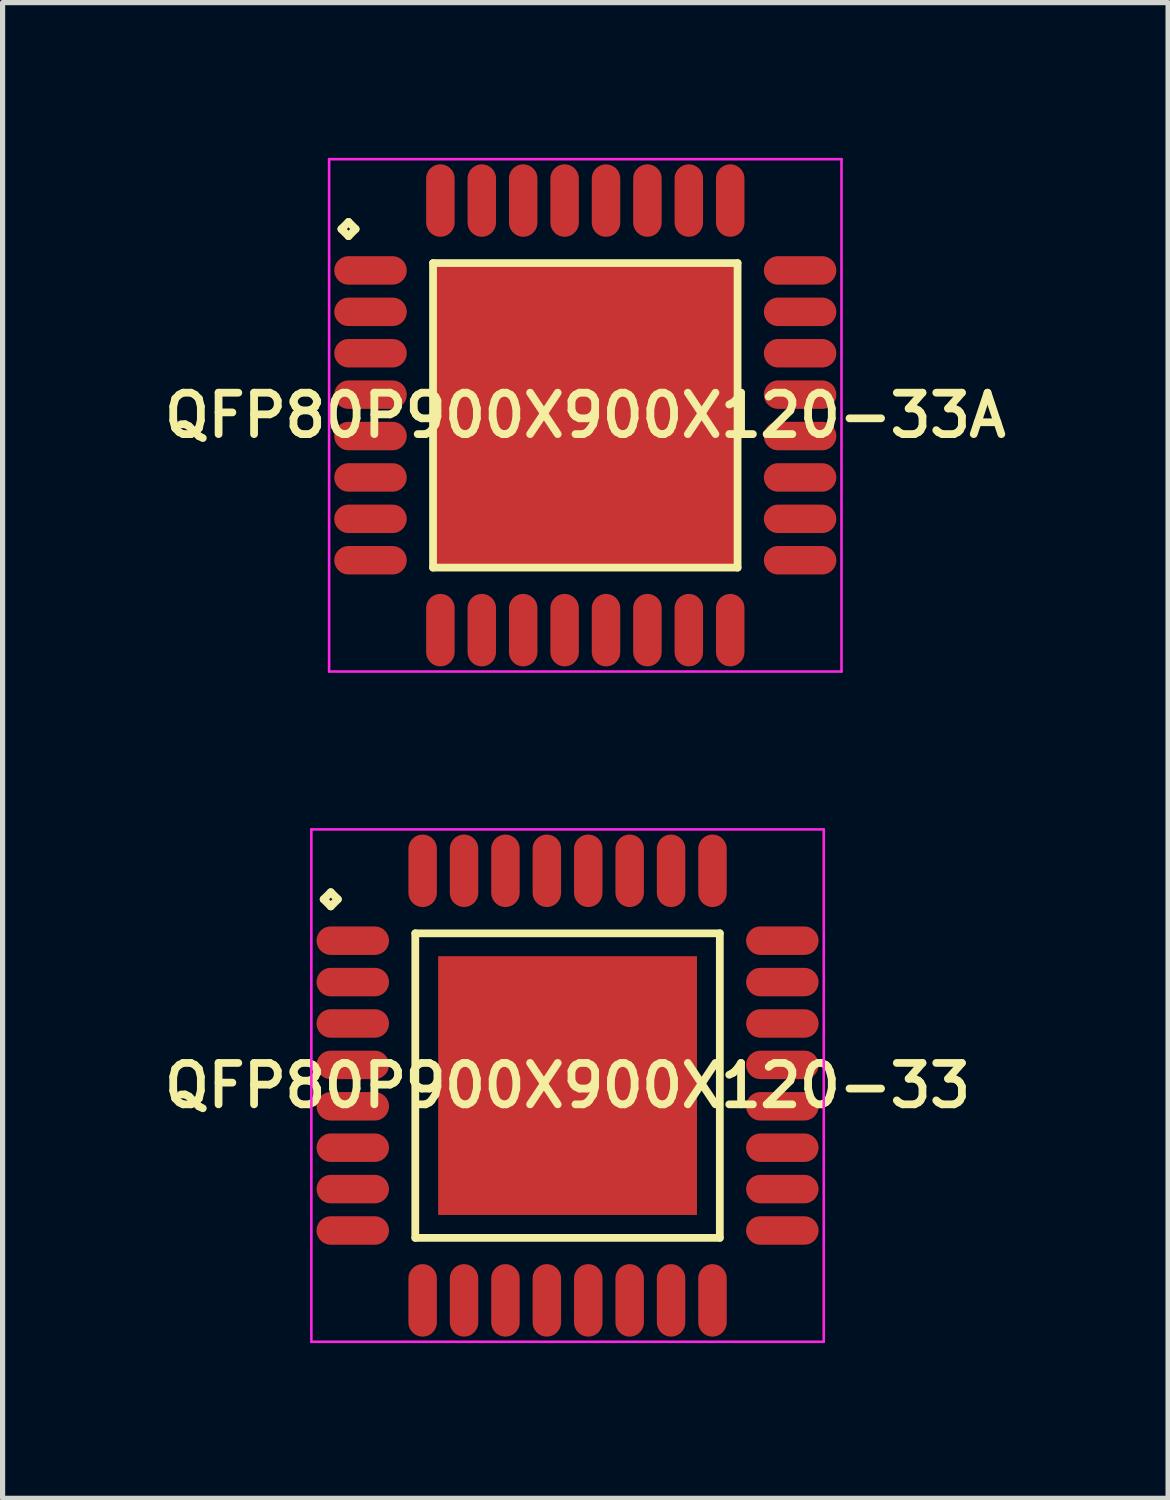
<source format=kicad_pcb>
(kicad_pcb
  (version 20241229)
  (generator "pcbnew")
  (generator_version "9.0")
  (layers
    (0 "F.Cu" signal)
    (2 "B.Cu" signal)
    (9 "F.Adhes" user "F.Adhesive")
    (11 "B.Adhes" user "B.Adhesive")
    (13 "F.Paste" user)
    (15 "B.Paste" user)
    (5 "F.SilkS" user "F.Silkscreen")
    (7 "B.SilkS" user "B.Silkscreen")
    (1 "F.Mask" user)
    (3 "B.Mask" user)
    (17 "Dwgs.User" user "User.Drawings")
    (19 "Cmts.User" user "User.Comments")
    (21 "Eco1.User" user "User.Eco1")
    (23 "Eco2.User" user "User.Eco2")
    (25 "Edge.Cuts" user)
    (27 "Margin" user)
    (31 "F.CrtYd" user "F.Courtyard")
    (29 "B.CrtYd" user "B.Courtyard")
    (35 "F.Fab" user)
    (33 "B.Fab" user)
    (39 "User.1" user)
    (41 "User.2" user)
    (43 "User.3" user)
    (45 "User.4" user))
  (footprint "QFP80P900X900X120-33"
    (layer "F.Cu")
    (at 7.916 17.925)
    (property "Reference" "QFP80P900X900X120-33" (at 0 0 0) (layer "F.SilkS") (effects (font (size 0.8 0.8) (thickness 0.15))))
    (attr smd)
    (fp_line (start -4.713 -3.6) (end -4.575 -3.737) (stroke (width 0.15) (type solid)) (layer "F.SilkS"))
    (fp_line (start -4.575 -3.737) (end -4.438 -3.6) (stroke (width 0.15) (type solid)) (layer "F.SilkS"))
    (fp_line (start -4.575 -3.462) (end -4.713 -3.6) (stroke (width 0.15) (type solid)) (layer "F.SilkS"))
    (fp_line (start -4.438 -3.6) (end -4.575 -3.462) (stroke (width 0.15) (type solid)) (layer "F.SilkS"))
    (fp_line (start -2.942 -2.942) (end -2.942 2.942) (stroke (width 0.15) (type solid)) (layer "F.SilkS"))
    (fp_line (start -2.942 2.942) (end 2.942 2.942) (stroke (width 0.15) (type solid)) (layer "F.SilkS"))
    (fp_line (start 2.942 -2.942) (end -2.942 -2.942) (stroke (width 0.15) (type solid)) (layer "F.SilkS"))
    (fp_line (start 2.942 2.942) (end 2.942 -2.942) (stroke (width 0.15) (type solid)) (layer "F.SilkS"))
    (fp_line (start -4.95 -4.95) (end 4.95 -4.95) (stroke (width 0.05) (type solid)) (layer "F.CrtYd"))
    (fp_line (start -4.95 4.95) (end -4.95 -4.95) (stroke (width 0.05) (type solid)) (layer "F.CrtYd"))
    (fp_line (start 4.95 -4.95) (end 4.95 4.95) (stroke (width 0.05) (type solid)) (layer "F.CrtYd"))
    (fp_line (start 4.95 4.95) (end -4.95 4.95) (stroke (width 0.05) (type solid)) (layer "F.CrtYd"))
    (pad "1" smd oval (at -4.15 -2.8) (size 1.4 0.55) (layers "F.Cu" "F.Mask" "F.Paste"))
    (pad "2" smd oval (at -4.15 -2) (size 1.4 0.55) (layers "F.Cu" "F.Mask" "F.Paste"))
    (pad "3" smd oval (at -4.15 -1.2) (size 1.4 0.55) (layers "F.Cu" "F.Mask" "F.Paste"))
    (pad "4" smd oval (at -4.15 -0.4) (size 1.4 0.55) (layers "F.Cu" "F.Mask" "F.Paste"))
    (pad "5" smd oval (at -4.15 0.4) (size 1.4 0.55) (layers "F.Cu" "F.Mask" "F.Paste"))
    (pad "6" smd oval (at -4.15 1.2) (size 1.4 0.55) (layers "F.Cu" "F.Mask" "F.Paste"))
    (pad "7" smd oval (at -4.15 2) (size 1.4 0.55) (layers "F.Cu" "F.Mask" "F.Paste"))
    (pad "8" smd oval (at -4.15 2.8) (size 1.4 0.55) (layers "F.Cu" "F.Mask" "F.Paste"))
    (pad "9" smd oval (at -2.8 4.15) (size 0.55 1.4) (layers "F.Cu" "F.Mask" "F.Paste"))
    (pad "10" smd oval (at -2 4.15) (size 0.55 1.4) (layers "F.Cu" "F.Mask" "F.Paste"))
    (pad "11" smd oval (at -1.2 4.15) (size 0.55 1.4) (layers "F.Cu" "F.Mask" "F.Paste"))
    (pad "12" smd oval (at -0.4 4.15) (size 0.55 1.4) (layers "F.Cu" "F.Mask" "F.Paste"))
    (pad "13" smd oval (at 0.4 4.15) (size 0.55 1.4) (layers "F.Cu" "F.Mask" "F.Paste"))
    (pad "14" smd oval (at 1.2 4.15) (size 0.55 1.4) (layers "F.Cu" "F.Mask" "F.Paste"))
    (pad "15" smd oval (at 2 4.15) (size 0.55 1.4) (layers "F.Cu" "F.Mask" "F.Paste"))
    (pad "16" smd oval (at 2.8 4.15) (size 0.55 1.4) (layers "F.Cu" "F.Mask" "F.Paste"))
    (pad "17" smd oval (at 4.15 2.8) (size 1.4 0.55) (layers "F.Cu" "F.Mask" "F.Paste"))
    (pad "18" smd oval (at 4.15 2) (size 1.4 0.55) (layers "F.Cu" "F.Mask" "F.Paste"))
    (pad "19" smd oval (at 4.15 1.2) (size 1.4 0.55) (layers "F.Cu" "F.Mask" "F.Paste"))
    (pad "20" smd oval (at 4.15 0.4) (size 1.4 0.55) (layers "F.Cu" "F.Mask" "F.Paste"))
    (pad "21" smd oval (at 4.15 -0.4) (size 1.4 0.55) (layers "F.Cu" "F.Mask" "F.Paste"))
    (pad "22" smd oval (at 4.15 -1.2) (size 1.4 0.55) (layers "F.Cu" "F.Mask" "F.Paste"))
    (pad "23" smd oval (at 4.15 -2) (size 1.4 0.55) (layers "F.Cu" "F.Mask" "F.Paste"))
    (pad "24" smd oval (at 4.15 -2.8) (size 1.4 0.55) (layers "F.Cu" "F.Mask" "F.Paste"))
    (pad "25" smd oval (at 2.8 -4.15) (size 0.55 1.4) (layers "F.Cu" "F.Mask" "F.Paste"))
    (pad "26" smd oval (at 2 -4.15) (size 0.55 1.4) (layers "F.Cu" "F.Mask" "F.Paste"))
    (pad "27" smd oval (at 1.2 -4.15) (size 0.55 1.4) (layers "F.Cu" "F.Mask" "F.Paste"))
    (pad "28" smd oval (at 0.4 -4.15) (size 0.55 1.4) (layers "F.Cu" "F.Mask" "F.Paste"))
    (pad "29" smd oval (at -0.4 -4.15) (size 0.55 1.4) (layers "F.Cu" "F.Mask" "F.Paste"))
    (pad "30" smd oval (at -1.2 -4.15) (size 0.55 1.4) (layers "F.Cu" "F.Mask" "F.Paste"))
    (pad "31" smd oval (at -2 -4.15) (size 0.55 1.4) (layers "F.Cu" "F.Mask" "F.Paste"))
    (pad "32" smd oval (at -2.8 -4.15) (size 0.55 1.4) (layers "F.Cu" "F.Mask" "F.Paste"))
    (pad "33" smd rect (at 0 0) (size 5 5) (layers "F.Cu" "F.Mask" "F.Paste")))
  (footprint "QFP80P900X900X120-33A"
    (layer "F.Cu")
    (at 8.259 4.975)
    (property "Reference" "QFP80P900X900X120-33A" (at 0 0 0) (layer "F.SilkS") (effects (font (size 0.8 0.8) (thickness 0.15))))
    (attr smd)
    (fp_line (start -4.713 -3.6) (end -4.575 -3.737) (stroke (width 0.15) (type solid)) (layer "F.SilkS"))
    (fp_line (start -4.575 -3.737) (end -4.438 -3.6) (stroke (width 0.15) (type solid)) (layer "F.SilkS"))
    (fp_line (start -4.575 -3.462) (end -4.713 -3.6) (stroke (width 0.15) (type solid)) (layer "F.SilkS"))
    (fp_line (start -4.438 -3.6) (end -4.575 -3.462) (stroke (width 0.15) (type solid)) (layer "F.SilkS"))
    (fp_line (start -2.942 -2.942) (end -2.942 2.942) (stroke (width 0.15) (type solid)) (layer "F.SilkS"))
    (fp_line (start -2.942 2.942) (end 2.942 2.942) (stroke (width 0.15) (type solid)) (layer "F.SilkS"))
    (fp_line (start 2.942 -2.942) (end -2.942 -2.942) (stroke (width 0.15) (type solid)) (layer "F.SilkS"))
    (fp_line (start 2.942 2.942) (end 2.942 -2.942) (stroke (width 0.15) (type solid)) (layer "F.SilkS"))
    (fp_line (start -4.95 -4.95) (end 4.95 -4.95) (stroke (width 0.05) (type solid)) (layer "F.CrtYd"))
    (fp_line (start -4.95 4.95) (end -4.95 -4.95) (stroke (width 0.05) (type solid)) (layer "F.CrtYd"))
    (fp_line (start 4.95 -4.95) (end 4.95 4.95) (stroke (width 0.05) (type solid)) (layer "F.CrtYd"))
    (fp_line (start 4.95 4.95) (end -4.95 4.95) (stroke (width 0.05) (type solid)) (layer "F.CrtYd"))
    (pad "1" smd oval (at -4.15 -2.8) (size 1.4 0.55) (layers "F.Cu" "F.Mask" "F.Paste"))
    (pad "2" smd oval (at -4.15 -2) (size 1.4 0.55) (layers "F.Cu" "F.Mask" "F.Paste"))
    (pad "3" smd oval (at -4.15 -1.2) (size 1.4 0.55) (layers "F.Cu" "F.Mask" "F.Paste"))
    (pad "4" smd oval (at -4.15 -0.4) (size 1.4 0.55) (layers "F.Cu" "F.Mask" "F.Paste"))
    (pad "5" smd oval (at -4.15 0.4) (size 1.4 0.55) (layers "F.Cu" "F.Mask" "F.Paste"))
    (pad "6" smd oval (at -4.15 1.2) (size 1.4 0.55) (layers "F.Cu" "F.Mask" "F.Paste"))
    (pad "7" smd oval (at -4.15 2) (size 1.4 0.55) (layers "F.Cu" "F.Mask" "F.Paste"))
    (pad "8" smd oval (at -4.15 2.8) (size 1.4 0.55) (layers "F.Cu" "F.Mask" "F.Paste"))
    (pad "9" smd oval (at -2.8 4.15) (size 0.55 1.4) (layers "F.Cu" "F.Mask" "F.Paste"))
    (pad "10" smd oval (at -2 4.15) (size 0.55 1.4) (layers "F.Cu" "F.Mask" "F.Paste"))
    (pad "11" smd oval (at -1.2 4.15) (size 0.55 1.4) (layers "F.Cu" "F.Mask" "F.Paste"))
    (pad "12" smd oval (at -0.4 4.15) (size 0.55 1.4) (layers "F.Cu" "F.Mask" "F.Paste"))
    (pad "13" smd oval (at 0.4 4.15) (size 0.55 1.4) (layers "F.Cu" "F.Mask" "F.Paste"))
    (pad "14" smd oval (at 1.2 4.15) (size 0.55 1.4) (layers "F.Cu" "F.Mask" "F.Paste"))
    (pad "15" smd oval (at 2 4.15) (size 0.55 1.4) (layers "F.Cu" "F.Mask" "F.Paste"))
    (pad "16" smd oval (at 2.8 4.15) (size 0.55 1.4) (layers "F.Cu" "F.Mask" "F.Paste"))
    (pad "17" smd oval (at 4.15 2.8) (size 1.4 0.55) (layers "F.Cu" "F.Mask" "F.Paste"))
    (pad "18" smd oval (at 4.15 2) (size 1.4 0.55) (layers "F.Cu" "F.Mask" "F.Paste"))
    (pad "19" smd oval (at 4.15 1.2) (size 1.4 0.55) (layers "F.Cu" "F.Mask" "F.Paste"))
    (pad "20" smd oval (at 4.15 0.4) (size 1.4 0.55) (layers "F.Cu" "F.Mask" "F.Paste"))
    (pad "21" smd oval (at 4.15 -0.4) (size 1.4 0.55) (layers "F.Cu" "F.Mask" "F.Paste"))
    (pad "22" smd oval (at 4.15 -1.2) (size 1.4 0.55) (layers "F.Cu" "F.Mask" "F.Paste"))
    (pad "23" smd oval (at 4.15 -2) (size 1.4 0.55) (layers "F.Cu" "F.Mask" "F.Paste"))
    (pad "24" smd oval (at 4.15 -2.8) (size 1.4 0.55) (layers "F.Cu" "F.Mask" "F.Paste"))
    (pad "25" smd oval (at 2.8 -4.15) (size 0.55 1.4) (layers "F.Cu" "F.Mask" "F.Paste"))
    (pad "26" smd oval (at 2 -4.15) (size 0.55 1.4) (layers "F.Cu" "F.Mask" "F.Paste"))
    (pad "27" smd oval (at 1.2 -4.15) (size 0.55 1.4) (layers "F.Cu" "F.Mask" "F.Paste"))
    (pad "28" smd oval (at 0.4 -4.15) (size 0.55 1.4) (layers "F.Cu" "F.Mask" "F.Paste"))
    (pad "29" smd oval (at -0.4 -4.15) (size 0.55 1.4) (layers "F.Cu" "F.Mask" "F.Paste"))
    (pad "30" smd oval (at -1.2 -4.15) (size 0.55 1.4) (layers "F.Cu" "F.Mask" "F.Paste"))
    (pad "31" smd oval (at -2 -4.15) (size 0.55 1.4) (layers "F.Cu" "F.Mask" "F.Paste"))
    (pad "32" smd oval (at -2.8 -4.15) (size 0.55 1.4) (layers "F.Cu" "F.Mask" "F.Paste"))
    (pad "33" smd rect (at 0 0) (size 6 6) (layers "F.Cu" "F.Mask" "F.Paste")))
  (gr_rect
    (start -3 -3)
    (end 19.519 25.9)
    (stroke (width 0.1) (type default))
    (fill no)
    (layer "Edge.Cuts")))
</source>
